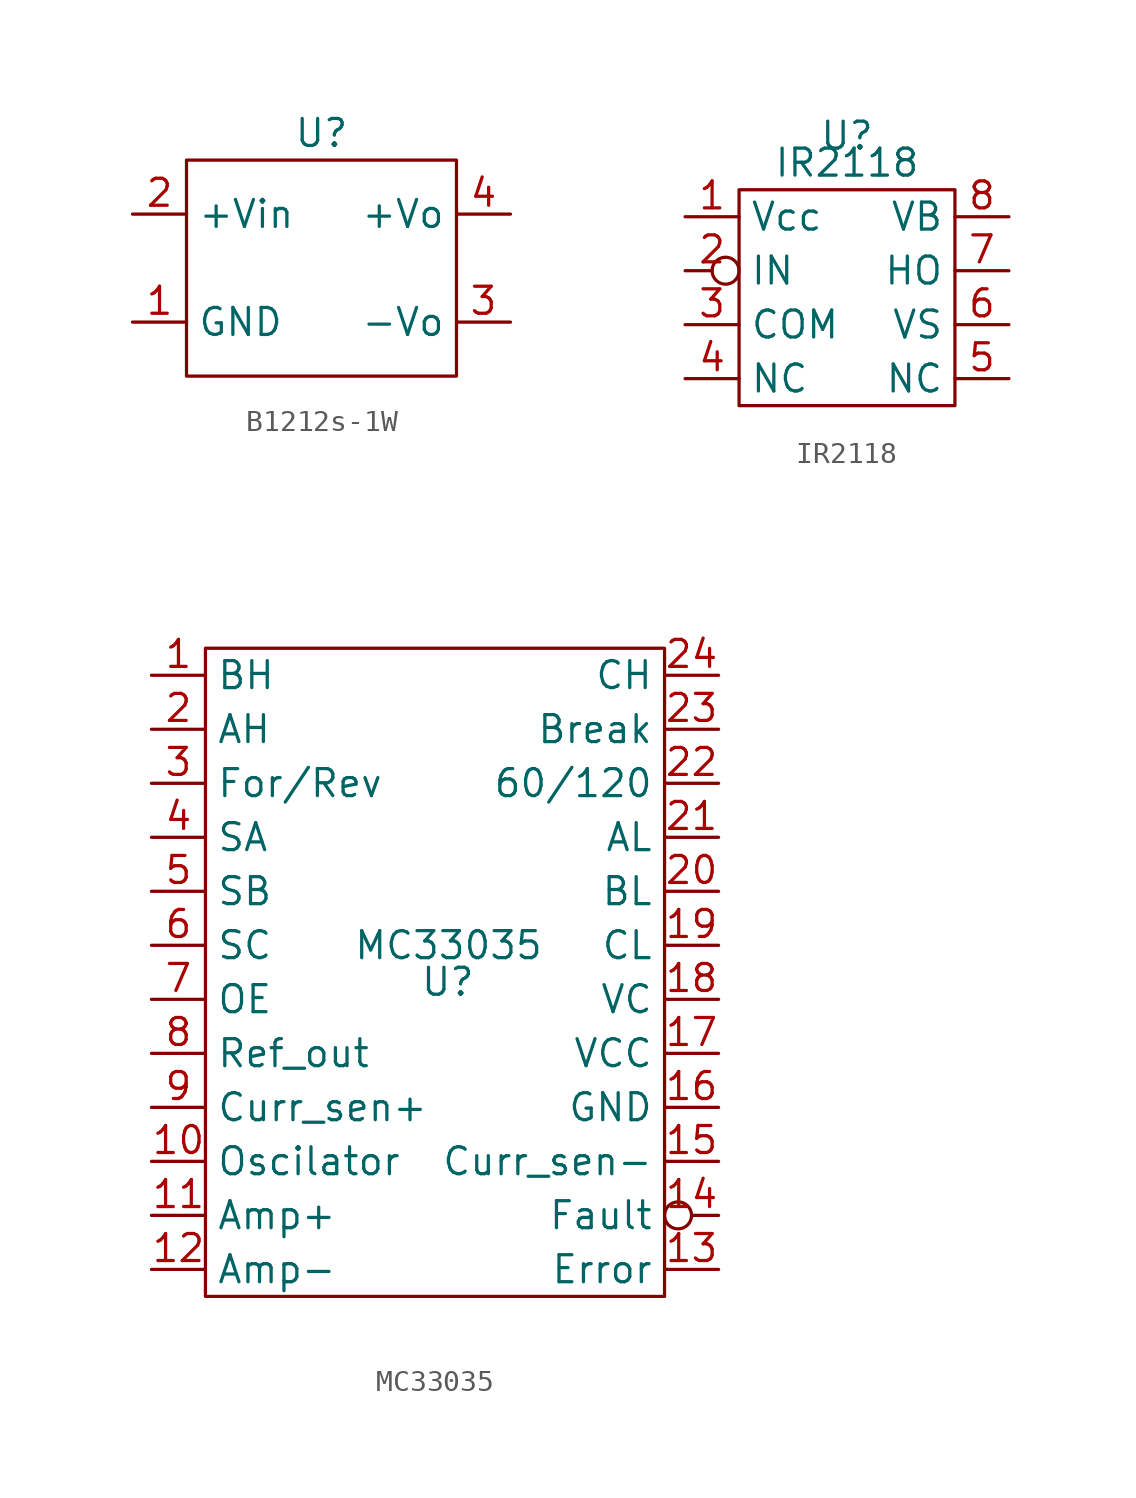
<source format=kicad_sym>
(kicad_symbol_lib
  (version 20220914)
  (generator kicad_symbol_editor)
  (symbol "B1212s-1W"
    (property "Reference" "U"
      (at 0 6.35 0)
      (effects (font (size 1.27 1.27))))
    (property "Value" ""
      (at -6.35 5.08 0)
      (effects (font (size 1.27 1.27))))
    (symbol "B1212s-1W_0_1"
      (rectangle (start -6.35 5.08) (end 6.35 -5.08) (stroke (width 0) (type default)) (fill (type none))))
    (symbol "B1212s-1W_1_1"
      (pin input line (at -8.89 -2.54 0) (length 2.54) (name "GND" (effects (font (size 1.27 1.27)))) (number "1" (effects (font (size 1.27 1.27)))))
      (pin input line (at -8.89 2.54 0) (length 2.54) (name "+Vin" (effects (font (size 1.27 1.27)))) (number "2" (effects (font (size 1.27 1.27)))))
      (pin output line (at 8.89 -2.54 180) (length 2.54) (name "-Vo" (effects (font (size 1.27 1.27)))) (number "3" (effects (font (size 1.27 1.27)))))
      (pin output line (at 8.89 2.54 180) (length 2.54) (name "+Vo" (effects (font (size 1.27 1.27)))) (number "4" (effects (font (size 1.27 1.27)))))))
  (symbol "IR2118"
    (property "Reference" "U"
      (at 0 1.27 0)
      (effects (font (size 1.27 1.27))))
    (property "Value" "IR2118"
      (at 0 0 0)
      (effects (font (size 1.27 1.27))))
    (symbol "IR2118_0_1"
      (rectangle (start -5.08 -1.27) (end 5.08 -11.43) (stroke (width 0) (type default)) (fill (type none))))
    (symbol "IR2118_1_1"
      (pin input line (at -7.62 -2.54 0) (length 2.54) (name "Vcc" (effects (font (size 1.27 1.27)))) (number "1" (effects (font (size 1.27 1.27)))))
      (pin input inverted (at -7.62 -5.08 0) (length 2.54) (name "IN" (effects (font (size 1.27 1.27)))) (number "2" (effects (font (size 1.27 1.27)))))
      (pin input line (at -7.62 -7.62 0) (length 2.54) (name "COM" (effects (font (size 1.27 1.27)))) (number "3" (effects (font (size 1.27 1.27)))))
      (pin input line (at -7.62 -10.16 0) (length 2.54) (name "NC" (effects (font (size 1.27 1.27)))) (number "4" (effects (font (size 1.27 1.27)))))
      (pin input line (at 7.62 -10.16 180) (length 2.54) (name "NC" (effects (font (size 1.27 1.27)))) (number "5" (effects (font (size 1.27 1.27)))))
      (pin input line (at 7.62 -7.62 180) (length 2.54) (name "VS" (effects (font (size 1.27 1.27)))) (number "6" (effects (font (size 1.27 1.27)))))
      (pin output line (at 7.62 -5.08 180) (length 2.54) (name "HO" (effects (font (size 1.27 1.27)))) (number "7" (effects (font (size 1.27 1.27)))))
      (pin input line (at 7.62 -2.54 180) (length 2.54) (name "VB" (effects (font (size 1.27 1.27)))) (number "8" (effects (font (size 1.27 1.27)))))))
  (symbol "MC33035"
    (property "Reference" "U"
      (at -0.034 -0.451 0)
      (effects (font (size 1.27 1.27))))
    (property "Value" "MC33035"
      (at 0 1.27 0)
      (effects (font (size 1.27 1.27))))
    (symbol "MC33035_0_1"
      (rectangle (start -11.43 15.24) (end 10.16 -15.24) (stroke (width 0) (type default)) (fill (type none))))
    (symbol "MC33035_1_1"
      (pin output line (at -13.97 13.97 0) (length 2.54) (name "BH" (effects (font (size 1.27 1.27)))) (number "1" (effects (font (size 1.27 1.27)))))
      (pin input line (at -13.97 -8.89 0) (length 2.54) (name "Oscilator" (effects (font (size 1.27 1.27)))) (number "10" (effects (font (size 1.27 1.27)))))
      (pin input line (at -13.97 -11.43 0) (length 2.54) (name "Amp+" (effects (font (size 1.27 1.27)))) (number "11" (effects (font (size 1.27 1.27)))))
      (pin input line (at -13.97 -13.97 0) (length 2.54) (name "Amp-" (effects (font (size 1.27 1.27)))) (number "12" (effects (font (size 1.27 1.27)))))
      (pin output line (at 12.7 -13.97 180) (length 2.54) (name "Error" (effects (font (size 1.27 1.27)))) (number "13" (effects (font (size 1.27 1.27)))))
      (pin output inverted (at 12.7 -11.43 180) (length 2.54) (name "Fault" (effects (font (size 1.27 1.27)))) (number "14" (effects (font (size 1.27 1.27)))))
      (pin input line (at 12.7 -8.89 180) (length 2.54) (name "Curr_sen-" (effects (font (size 1.27 1.27)))) (number "15" (effects (font (size 1.27 1.27)))))
      (pin passive line (at 12.7 -6.35 180) (length 2.54) (name "GND" (effects (font (size 1.27 1.27)))) (number "16" (effects (font (size 1.27 1.27)))))
      (pin passive line (at 12.7 -3.81 180) (length 2.54) (name "VCC" (effects (font (size 1.27 1.27)))) (number "17" (effects (font (size 1.27 1.27)))))
      (pin passive line (at 12.7 -1.27 180) (length 2.54) (name "VC" (effects (font (size 1.27 1.27)))) (number "18" (effects (font (size 1.27 1.27)))))
      (pin output line (at 12.7 1.27 180) (length 2.54) (name "CL" (effects (font (size 1.27 1.27)))) (number "19" (effects (font (size 1.27 1.27)))))
      (pin output line (at -13.97 11.43 0) (length 2.54) (name "AH" (effects (font (size 1.27 1.27)))) (number "2" (effects (font (size 1.27 1.27)))))
      (pin output line (at 12.7 3.81 180) (length 2.54) (name "BL" (effects (font (size 1.27 1.27)))) (number "20" (effects (font (size 1.27 1.27)))))
      (pin output line (at 12.7 6.35 180) (length 2.54) (name "AL" (effects (font (size 1.27 1.27)))) (number "21" (effects (font (size 1.27 1.27)))))
      (pin output line (at 12.7 8.89 180) (length 2.54) (name "60/120" (effects (font (size 1.27 1.27)))) (number "22" (effects (font (size 1.27 1.27)))))
      (pin input line (at 12.7 11.43 180) (length 2.54) (name "Break" (effects (font (size 1.27 1.27)))) (number "23" (effects (font (size 1.27 1.27)))))
      (pin output line (at 12.7 13.97 180) (length 2.54) (name "CH" (effects (font (size 1.27 1.27)))) (number "24" (effects (font (size 1.27 1.27)))))
      (pin input line (at -13.97 8.89 0) (length 2.54) (name "For/Rev" (effects (font (size 1.27 1.27)))) (number "3" (effects (font (size 1.27 1.27)))))
      (pin input line (at -13.97 6.35 0) (length 2.54) (name "SA" (effects (font (size 1.27 1.27)))) (number "4" (effects (font (size 1.27 1.27)))))
      (pin input line (at -13.97 3.81 0) (length 2.54) (name "SB" (effects (font (size 1.27 1.27)))) (number "5" (effects (font (size 1.27 1.27)))))
      (pin input line (at -13.97 1.27 0) (length 2.54) (name "SC" (effects (font (size 1.27 1.27)))) (number "6" (effects (font (size 1.27 1.27)))))
      (pin input line (at -13.97 -1.27 0) (length 2.54) (name "OE" (effects (font (size 1.27 1.27)))) (number "7" (effects (font (size 1.27 1.27)))))
      (pin output line (at -13.97 -3.81 0) (length 2.54) (name "Ref_out" (effects (font (size 1.27 1.27)))) (number "8" (effects (font (size 1.27 1.27)))))
      (pin input line (at -13.97 -6.35 0) (length 2.54) (name "Curr_sen+" (effects (font (size 1.27 1.27)))) (number "9" (effects (font (size 1.27 1.27))))))))
</source>
